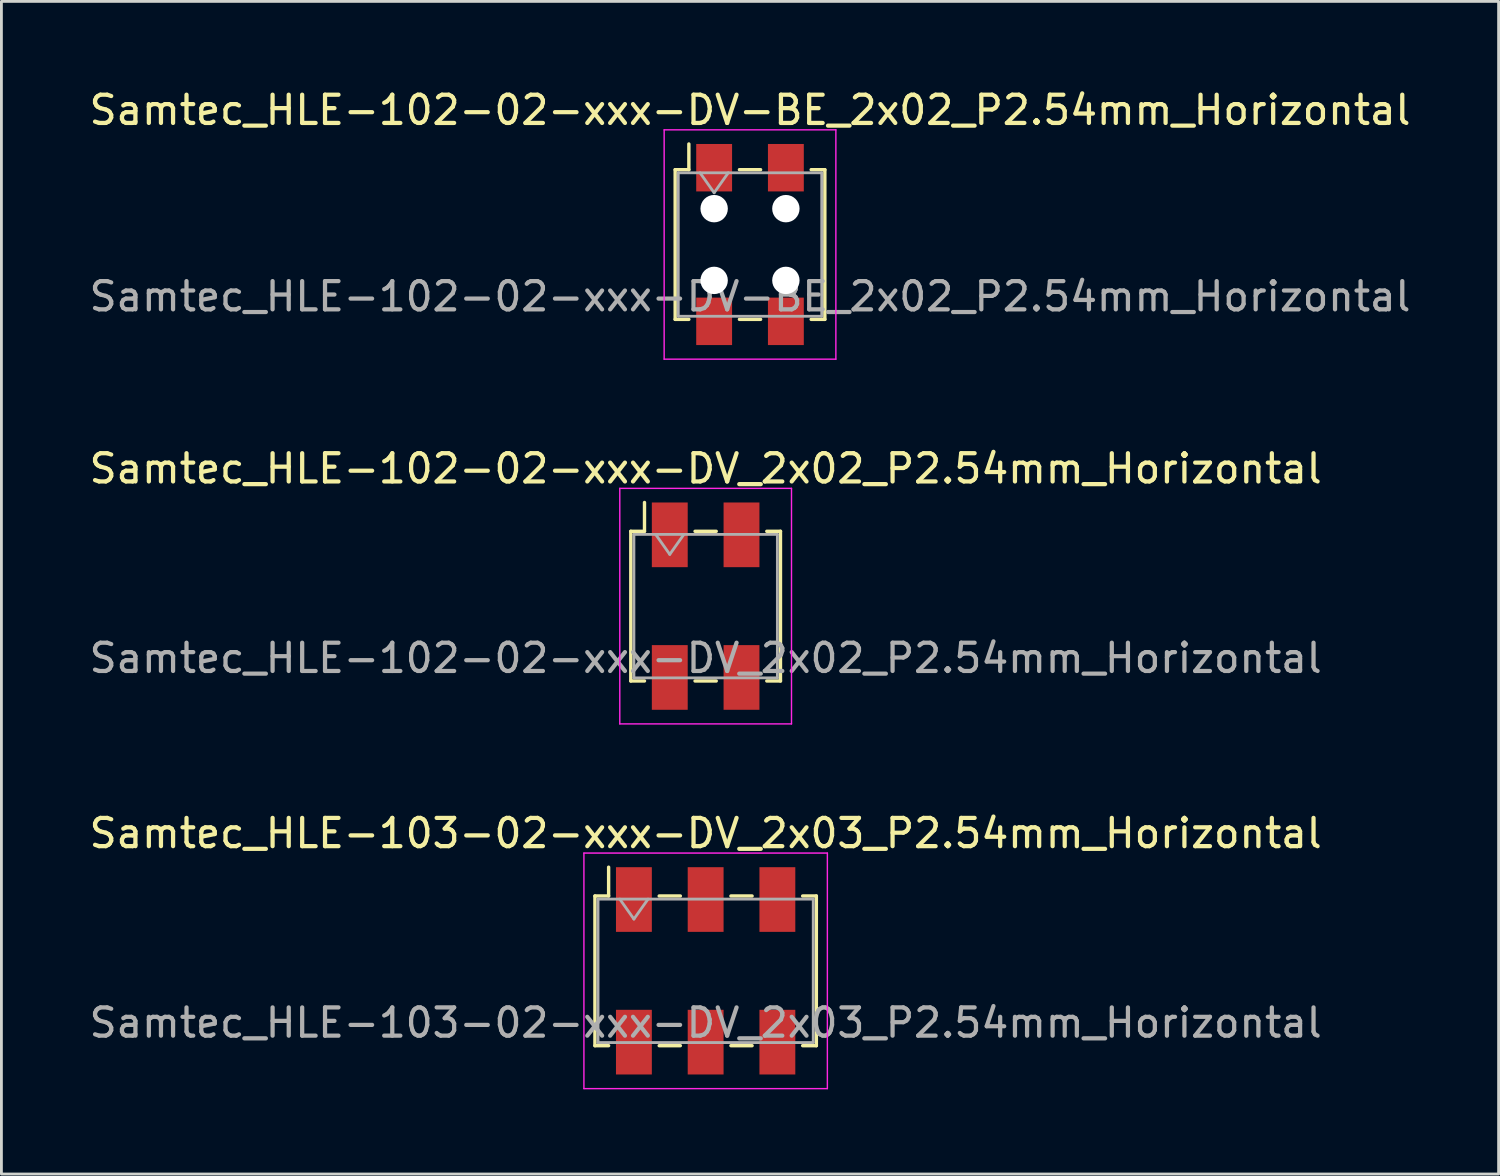
<source format=kicad_pcb>
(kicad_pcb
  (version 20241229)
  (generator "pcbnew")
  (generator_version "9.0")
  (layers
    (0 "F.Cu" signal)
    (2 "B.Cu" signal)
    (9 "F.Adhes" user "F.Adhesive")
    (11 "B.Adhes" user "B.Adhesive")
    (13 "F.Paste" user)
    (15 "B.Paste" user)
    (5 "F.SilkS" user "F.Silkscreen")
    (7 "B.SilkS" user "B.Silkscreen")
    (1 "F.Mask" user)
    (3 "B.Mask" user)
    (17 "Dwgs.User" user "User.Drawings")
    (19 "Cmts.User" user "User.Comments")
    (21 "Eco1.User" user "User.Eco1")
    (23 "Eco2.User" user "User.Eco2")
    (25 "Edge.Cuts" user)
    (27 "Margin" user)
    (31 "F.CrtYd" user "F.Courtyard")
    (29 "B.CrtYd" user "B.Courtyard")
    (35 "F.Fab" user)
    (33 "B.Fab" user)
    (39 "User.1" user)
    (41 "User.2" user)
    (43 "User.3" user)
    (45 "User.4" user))
  (footprint "Samtec_HLE-102-02-xxx-DV_2x02_P2.54mm_Horizontal"
    (layer "F.Cu")
    (at 21.935 18.412)
    (property "Reference" "Samtec_HLE-102-02-xxx-DV_2x02_P2.54mm_Horizontal" (at 0 -4.87 0) (layer "F.SilkS") (effects (font (size 1 1) (thickness 0.15))))
    (attr smd)
    (fp_line (start -2.65 -2.65) (end -2.65 2.65) (stroke (width 0.12) (type solid)) (layer "F.SilkS"))
    (fp_line (start -2.65 2.65) (end -2.165 2.65) (stroke (width 0.12) (type solid)) (layer "F.SilkS"))
    (fp_line (start -2.165 -3.67) (end -2.165 -2.65) (stroke (width 0.12) (type solid)) (layer "F.SilkS"))
    (fp_line (start -2.165 -2.65) (end -2.65 -2.65) (stroke (width 0.12) (type solid)) (layer "F.SilkS"))
    (fp_line (start -0.375 -2.65) (end 0.375 -2.65) (stroke (width 0.12) (type solid)) (layer "F.SilkS"))
    (fp_line (start -0.375 2.65) (end 0.375 2.65) (stroke (width 0.12) (type solid)) (layer "F.SilkS"))
    (fp_line (start 2.165 -2.65) (end 2.65 -2.65) (stroke (width 0.12) (type solid)) (layer "F.SilkS"))
    (fp_line (start 2.65 -2.65) (end 2.65 2.65) (stroke (width 0.12) (type solid)) (layer "F.SilkS"))
    (fp_line (start 2.65 2.65) (end 2.165 2.65) (stroke (width 0.12) (type solid)) (layer "F.SilkS"))
    (fp_line (start -3.04 -4.17) (end 3.04 -4.17) (stroke (width 0.05) (type solid)) (layer "F.CrtYd"))
    (fp_line (start -3.04 4.17) (end -3.04 -4.17) (stroke (width 0.05) (type solid)) (layer "F.CrtYd"))
    (fp_line (start 3.04 -4.17) (end 3.04 4.17) (stroke (width 0.05) (type solid)) (layer "F.CrtYd"))
    (fp_line (start 3.04 4.17) (end -3.04 4.17) (stroke (width 0.05) (type solid)) (layer "F.CrtYd"))
    (fp_line (start -2.54 -2.54) (end 2.54 -2.54) (stroke (width 0.1) (type solid)) (layer "F.Fab"))
    (fp_line (start -2.54 2.54) (end -2.54 -2.54) (stroke (width 0.1) (type solid)) (layer "F.Fab"))
    (fp_line (start -1.77 -2.54) (end -1.27 -1.833) (stroke (width 0.1) (type solid)) (layer "F.Fab"))
    (fp_line (start -1.27 -1.833) (end -0.77 -2.54) (stroke (width 0.1) (type solid)) (layer "F.Fab"))
    (fp_line (start 2.54 -2.54) (end 2.54 2.54) (stroke (width 0.1) (type solid)) (layer "F.Fab"))
    (fp_line (start 2.54 2.54) (end -2.54 2.54) (stroke (width 0.1) (type solid)) (layer "F.Fab"))
    (fp_text user "${REFERENCE}" (at 0 1.84 0) (layer "F.Fab") (effects (font (size 1 1) (thickness 0.15))))
    (pad "1" smd rect (at -1.27 -2.525) (size 1.27 2.29) (layers "F.Cu" "F.Mask" "F.Paste"))
    (pad "2" smd rect (at -1.27 2.525) (size 1.27 2.29) (layers "F.Cu" "F.Mask" "F.Paste"))
    (pad "3" smd rect (at 1.27 -2.525) (size 1.27 2.29) (layers "F.Cu" "F.Mask" "F.Paste"))
    (pad "4" smd rect (at 1.27 2.525) (size 1.27 2.29) (layers "F.Cu" "F.Mask" "F.Paste")))
  (footprint "Samtec_HLE-103-02-xxx-DV_2x03_P2.54mm_Horizontal"
    (layer "F.Cu")
    (at 21.935 31.325)
    (property "Reference" "Samtec_HLE-103-02-xxx-DV_2x03_P2.54mm_Horizontal" (at 0 -4.87 0) (layer "F.SilkS") (effects (font (size 1 1) (thickness 0.15))))
    (attr smd)
    (fp_line (start -3.92 -2.65) (end -3.92 2.65) (stroke (width 0.12) (type solid)) (layer "F.SilkS"))
    (fp_line (start -3.92 2.65) (end -3.435 2.65) (stroke (width 0.12) (type solid)) (layer "F.SilkS"))
    (fp_line (start -3.435 -3.67) (end -3.435 -2.65) (stroke (width 0.12) (type solid)) (layer "F.SilkS"))
    (fp_line (start -3.435 -2.65) (end -3.92 -2.65) (stroke (width 0.12) (type solid)) (layer "F.SilkS"))
    (fp_line (start -1.645 -2.65) (end -0.895 -2.65) (stroke (width 0.12) (type solid)) (layer "F.SilkS"))
    (fp_line (start -1.645 2.65) (end -0.895 2.65) (stroke (width 0.12) (type solid)) (layer "F.SilkS"))
    (fp_line (start 0.895 -2.65) (end 1.645 -2.65) (stroke (width 0.12) (type solid)) (layer "F.SilkS"))
    (fp_line (start 0.895 2.65) (end 1.645 2.65) (stroke (width 0.12) (type solid)) (layer "F.SilkS"))
    (fp_line (start 3.435 -2.65) (end 3.92 -2.65) (stroke (width 0.12) (type solid)) (layer "F.SilkS"))
    (fp_line (start 3.92 -2.65) (end 3.92 2.65) (stroke (width 0.12) (type solid)) (layer "F.SilkS"))
    (fp_line (start 3.92 2.65) (end 3.435 2.65) (stroke (width 0.12) (type solid)) (layer "F.SilkS"))
    (fp_line (start -4.31 -4.17) (end 4.31 -4.17) (stroke (width 0.05) (type solid)) (layer "F.CrtYd"))
    (fp_line (start -4.31 4.17) (end -4.31 -4.17) (stroke (width 0.05) (type solid)) (layer "F.CrtYd"))
    (fp_line (start 4.31 -4.17) (end 4.31 4.17) (stroke (width 0.05) (type solid)) (layer "F.CrtYd"))
    (fp_line (start 4.31 4.17) (end -4.31 4.17) (stroke (width 0.05) (type solid)) (layer "F.CrtYd"))
    (fp_line (start -3.81 -2.54) (end 3.81 -2.54) (stroke (width 0.1) (type solid)) (layer "F.Fab"))
    (fp_line (start -3.81 2.54) (end -3.81 -2.54) (stroke (width 0.1) (type solid)) (layer "F.Fab"))
    (fp_line (start -3.04 -2.54) (end -2.54 -1.833) (stroke (width 0.1) (type solid)) (layer "F.Fab"))
    (fp_line (start -2.54 -1.833) (end -2.04 -2.54) (stroke (width 0.1) (type solid)) (layer "F.Fab"))
    (fp_line (start 3.81 -2.54) (end 3.81 2.54) (stroke (width 0.1) (type solid)) (layer "F.Fab"))
    (fp_line (start 3.81 2.54) (end -3.81 2.54) (stroke (width 0.1) (type solid)) (layer "F.Fab"))
    (fp_text user "${REFERENCE}" (at 0 1.84 0) (layer "F.Fab") (effects (font (size 1 1) (thickness 0.15))))
    (pad "1" smd rect (at -2.54 -2.525) (size 1.27 2.29) (layers "F.Cu" "F.Mask" "F.Paste"))
    (pad "2" smd rect (at -2.54 2.525) (size 1.27 2.29) (layers "F.Cu" "F.Mask" "F.Paste"))
    (pad "3" smd rect (at 0 -2.525) (size 1.27 2.29) (layers "F.Cu" "F.Mask" "F.Paste"))
    (pad "4" smd rect (at 0 2.525) (size 1.27 2.29) (layers "F.Cu" "F.Mask" "F.Paste"))
    (pad "5" smd rect (at 2.54 -2.525) (size 1.27 2.29) (layers "F.Cu" "F.Mask" "F.Paste"))
    (pad "6" smd rect (at 2.54 2.525) (size 1.27 2.29) (layers "F.Cu" "F.Mask" "F.Paste")))
  (footprint "Samtec_HLE-102-02-xxx-DV-BE_2x02_P2.54mm_Horizontal"
    (layer "F.Cu")
    (at 23.506 5.608)
    (property "Reference" "Samtec_HLE-102-02-xxx-DV-BE_2x02_P2.54mm_Horizontal" (at 0 -4.76 0) (layer "F.SilkS") (effects (font (size 1 1) (thickness 0.15))))
    (attr smd)
    (fp_line (start -2.65 -2.65) (end -2.65 2.65) (stroke (width 0.12) (type solid)) (layer "F.SilkS"))
    (fp_line (start -2.65 2.65) (end -2.165 2.65) (stroke (width 0.12) (type solid)) (layer "F.SilkS"))
    (fp_line (start -2.165 -3.56) (end -2.165 -2.65) (stroke (width 0.12) (type solid)) (layer "F.SilkS"))
    (fp_line (start -2.165 -2.65) (end -2.65 -2.65) (stroke (width 0.12) (type solid)) (layer "F.SilkS"))
    (fp_line (start -0.375 -2.65) (end 0.375 -2.65) (stroke (width 0.12) (type solid)) (layer "F.SilkS"))
    (fp_line (start -0.375 2.65) (end 0.375 2.65) (stroke (width 0.12) (type solid)) (layer "F.SilkS"))
    (fp_line (start 2.165 -2.65) (end 2.65 -2.65) (stroke (width 0.12) (type solid)) (layer "F.SilkS"))
    (fp_line (start 2.65 -2.65) (end 2.65 2.65) (stroke (width 0.12) (type solid)) (layer "F.SilkS"))
    (fp_line (start 2.65 2.65) (end 2.165 2.65) (stroke (width 0.12) (type solid)) (layer "F.SilkS"))
    (fp_line (start -3.04 -4.06) (end 3.04 -4.06) (stroke (width 0.05) (type solid)) (layer "F.CrtYd"))
    (fp_line (start -3.04 4.06) (end -3.04 -4.06) (stroke (width 0.05) (type solid)) (layer "F.CrtYd"))
    (fp_line (start 3.04 -4.06) (end 3.04 4.06) (stroke (width 0.05) (type solid)) (layer "F.CrtYd"))
    (fp_line (start 3.04 4.06) (end -3.04 4.06) (stroke (width 0.05) (type solid)) (layer "F.CrtYd"))
    (fp_line (start -2.54 -2.54) (end 2.54 -2.54) (stroke (width 0.1) (type solid)) (layer "F.Fab"))
    (fp_line (start -2.54 2.54) (end -2.54 -2.54) (stroke (width 0.1) (type solid)) (layer "F.Fab"))
    (fp_line (start -1.77 -2.54) (end -1.27 -1.833) (stroke (width 0.1) (type solid)) (layer "F.Fab"))
    (fp_line (start -1.27 -1.833) (end -0.77 -2.54) (stroke (width 0.1) (type solid)) (layer "F.Fab"))
    (fp_line (start 2.54 -2.54) (end 2.54 2.54) (stroke (width 0.1) (type solid)) (layer "F.Fab"))
    (fp_line (start 2.54 2.54) (end -2.54 2.54) (stroke (width 0.1) (type solid)) (layer "F.Fab"))
    (fp_text user "${REFERENCE}" (at 0 1.84 0) (layer "F.Fab") (effects (font (size 1 1) (thickness 0.15))))
    (pad "" np_thru_hole circle (at -1.27 -1.27) (size 0.97 0.97) (drill 0.97) (layers "*.Cu" "*.Mask"))
    (pad "" np_thru_hole circle (at -1.27 1.27) (size 0.97 0.97) (drill 0.97) (layers "*.Cu" "*.Mask"))
    (pad "" np_thru_hole circle (at 1.27 -1.27) (size 0.97 0.97) (drill 0.97) (layers "*.Cu" "*.Mask"))
    (pad "" np_thru_hole circle (at 1.27 1.27) (size 0.97 0.97) (drill 0.97) (layers "*.Cu" "*.Mask"))
    (pad "1" smd rect (at -1.27 -2.72) (size 1.27 1.68) (layers "F.Cu" "F.Mask" "F.Paste"))
    (pad "2" smd rect (at -1.27 2.72) (size 1.27 1.68) (layers "F.Cu" "F.Mask" "F.Paste"))
    (pad "3" smd rect (at 1.27 -2.72) (size 1.27 1.68) (layers "F.Cu" "F.Mask" "F.Paste"))
    (pad "4" smd rect (at 1.27 2.72) (size 1.27 1.68) (layers "F.Cu" "F.Mask" "F.Paste")))
  (gr_rect
    (start -3 -3)
    (end 50.012 38.52)
    (stroke (width 0.1) (type default))
    (fill no)
    (layer "Edge.Cuts")))
</source>
